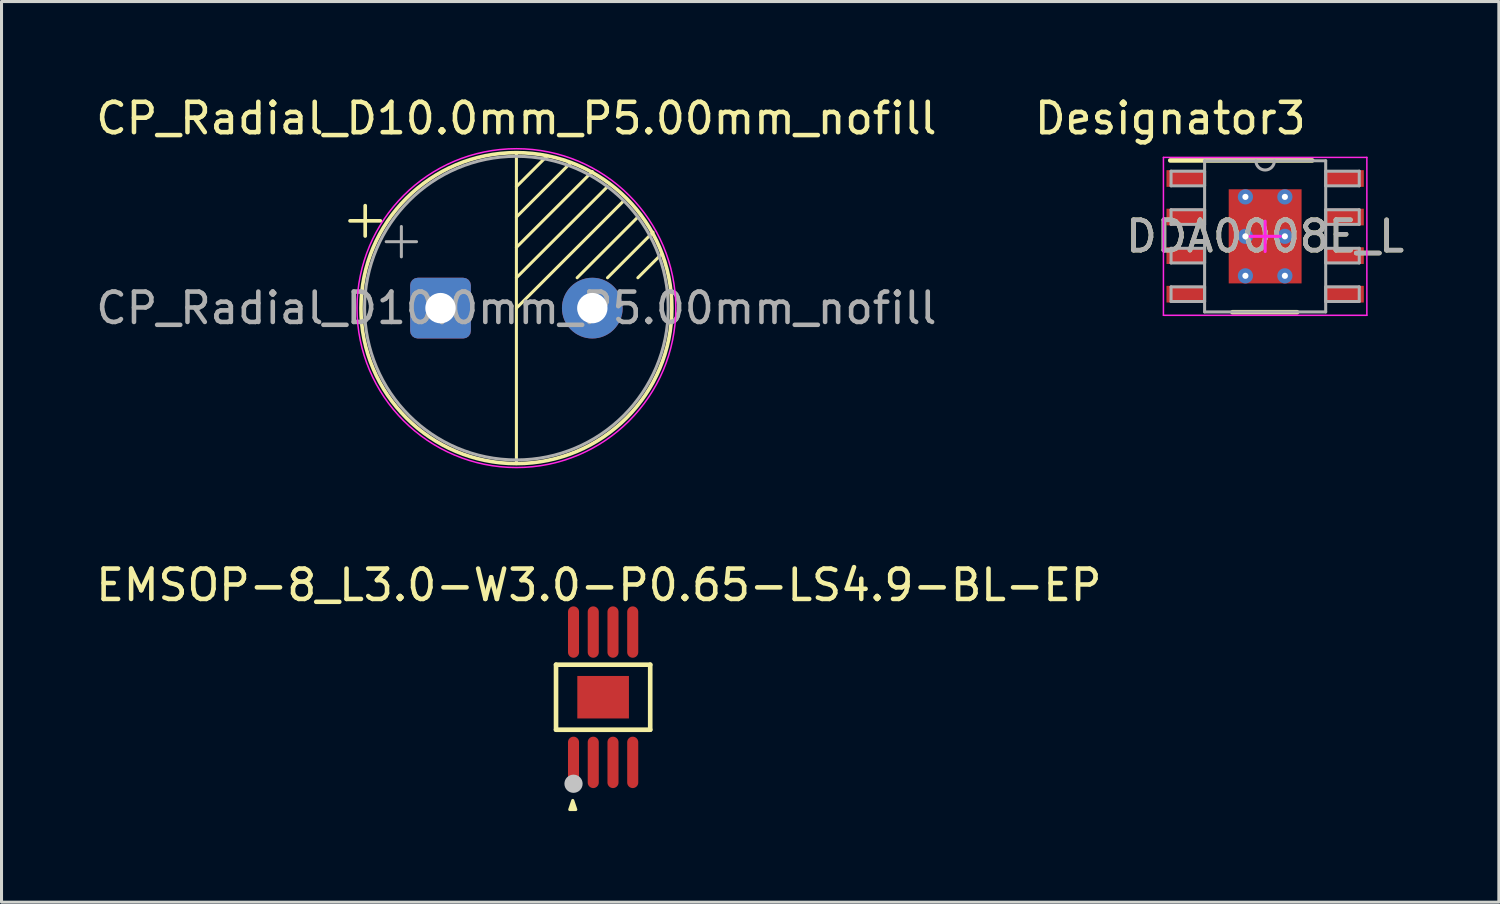
<source format=kicad_pcb>
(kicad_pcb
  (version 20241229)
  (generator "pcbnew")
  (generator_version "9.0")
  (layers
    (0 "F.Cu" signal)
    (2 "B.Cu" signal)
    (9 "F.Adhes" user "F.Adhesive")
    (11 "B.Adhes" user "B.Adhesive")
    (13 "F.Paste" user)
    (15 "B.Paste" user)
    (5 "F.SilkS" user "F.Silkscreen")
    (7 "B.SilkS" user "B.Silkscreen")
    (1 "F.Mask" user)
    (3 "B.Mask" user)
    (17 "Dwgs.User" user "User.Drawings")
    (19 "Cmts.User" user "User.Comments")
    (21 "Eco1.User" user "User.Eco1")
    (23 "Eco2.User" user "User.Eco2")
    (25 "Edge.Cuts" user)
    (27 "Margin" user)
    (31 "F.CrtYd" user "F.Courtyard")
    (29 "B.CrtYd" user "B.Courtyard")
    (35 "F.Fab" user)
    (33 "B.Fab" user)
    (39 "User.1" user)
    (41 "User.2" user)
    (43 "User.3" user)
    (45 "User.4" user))
  (footprint "EMSOP-8_L3.0-W3.0-P0.65-LS4.9-BL-EP"
    (layer "F.Cu")
    (at 16.814 19.913)
    (property "Reference" "EMSOP-8_L3.0-W3.0-P0.65-LS4.9-BL-EP" (at -0.141 -3.692 0) (layer "F.SilkS") (effects (font (size 1 1) (thickness 0.15))))
    (fp_line (start -1.551 -1.071) (end 1.551 -1.071) (stroke (width 0.152) (type default)) (layer "F.SilkS"))
    (fp_line (start -1.551 1.071) (end -1.551 -1.071) (stroke (width 0.152) (type default)) (layer "F.SilkS"))
    (fp_line (start 1.551 -1.071) (end 1.551 1.071) (stroke (width 0.152) (type default)) (layer "F.SilkS"))
    (fp_line (start 1.551 1.071) (end -1.551 1.071) (stroke (width 0.152) (type default)) (layer "F.SilkS"))
    (fp_poly (pts (xy -1 3.4) (xy -1.1 3.7) (xy -0.9 3.7)) (stroke (width 0.1) (type solid)) (fill yes) (layer "F.SilkS"))
    (fp_circle (center -0.975 2.85) (end -0.825 2.85) (stroke (width 0.3) (type default)) (fill no) (layer "Dwgs.User"))
    (fp_poly (pts (xy -1.125 -2.45) (xy -1.125 -1.85) (xy -0.825 -1.85) (xy -0.825 -2.45)) (stroke (width 0.1) (type default)) (fill no) (layer "User.1"))
    (fp_poly (pts (xy -1.125 -1.86) (xy -1.125 -1.49) (xy -0.825 -1.49) (xy -0.825 -1.86)) (stroke (width 0.1) (type default)) (fill no) (layer "User.1"))
    (fp_poly (pts (xy -1.125 1.86) (xy -1.125 1.49) (xy -0.825 1.49) (xy -0.825 1.86)) (stroke (width 0.1) (type default)) (fill no) (layer "User.1"))
    (fp_poly (pts (xy -1.125 2.45) (xy -1.125 1.85) (xy -0.825 1.85) (xy -0.825 2.45)) (stroke (width 0.1) (type default)) (fill no) (layer "User.1"))
    (fp_poly (pts (xy -0.85 0.7) (xy -0.85 -0.7) (xy 0.85 -0.7) (xy 0.85 0.7)) (stroke (width 0.1) (type default)) (fill no) (layer "User.1"))
    (fp_poly (pts (xy -0.475 -2.45) (xy -0.475 -1.85) (xy -0.175 -1.85) (xy -0.175 -2.45)) (stroke (width 0.1) (type default)) (fill no) (layer "User.1"))
    (fp_poly (pts (xy -0.475 -1.86) (xy -0.475 -1.49) (xy -0.175 -1.49) (xy -0.175 -1.86)) (stroke (width 0.1) (type default)) (fill no) (layer "User.1"))
    (fp_poly (pts (xy -0.475 1.86) (xy -0.475 1.49) (xy -0.175 1.49) (xy -0.175 1.86)) (stroke (width 0.1) (type default)) (fill no) (layer "User.1"))
    (fp_poly (pts (xy -0.475 2.45) (xy -0.475 1.85) (xy -0.175 1.85) (xy -0.175 2.45)) (stroke (width 0.1) (type default)) (fill no) (layer "User.1"))
    (fp_poly (pts (xy 0.175 -2.45) (xy 0.175 -1.85) (xy 0.475 -1.85) (xy 0.475 -2.45)) (stroke (width 0.1) (type default)) (fill no) (layer "User.1"))
    (fp_poly (pts (xy 0.175 -1.86) (xy 0.175 -1.49) (xy 0.475 -1.49) (xy 0.475 -1.86)) (stroke (width 0.1) (type default)) (fill no) (layer "User.1"))
    (fp_poly (pts (xy 0.175 1.86) (xy 0.175 1.49) (xy 0.475 1.49) (xy 0.475 1.86)) (stroke (width 0.1) (type default)) (fill no) (layer "User.1"))
    (fp_poly (pts (xy 0.175 2.45) (xy 0.175 1.85) (xy 0.475 1.85) (xy 0.475 2.45)) (stroke (width 0.1) (type default)) (fill no) (layer "User.1"))
    (fp_poly (pts (xy 0.825 -2.45) (xy 0.825 -1.85) (xy 1.125 -1.85) (xy 1.125 -2.45)) (stroke (width 0.1) (type default)) (fill no) (layer "User.1"))
    (fp_poly (pts (xy 0.825 -1.86) (xy 0.825 -1.49) (xy 1.125 -1.49) (xy 1.125 -1.86)) (stroke (width 0.1) (type default)) (fill no) (layer "User.1"))
    (fp_poly (pts (xy 0.825 1.86) (xy 0.825 1.49) (xy 1.125 1.49) (xy 1.125 1.86)) (stroke (width 0.1) (type default)) (fill no) (layer "User.1"))
    (fp_poly (pts (xy 0.825 2.45) (xy 0.825 1.85) (xy 1.125 1.85) (xy 1.125 2.45)) (stroke (width 0.1) (type default)) (fill no) (layer "User.1"))
    (fp_line (start -1.475 -1.5) (end 1.475 -1.5) (stroke (width 0.051) (type default)) (layer "User.2"))
    (fp_line (start -1.475 1.5) (end -1.475 -1.5) (stroke (width 0.051) (type default)) (layer "User.2"))
    (fp_line (start 1.475 -1.5) (end 1.475 1.5) (stroke (width 0.051) (type default)) (layer "User.2"))
    (fp_line (start 1.475 1.5) (end -1.475 1.5) (stroke (width 0.051) (type default)) (layer "User.2"))
    (fp_poly (pts (xy -1.42 2.427) (xy -1.452 2.395) (xy -1.498 2.395) (xy -1.53 2.427) (xy -1.53 2.473) (xy -1.498 2.505) (xy -1.452 2.505) (xy -1.42 2.473)) (stroke (width 0.1) (type default)) (fill no) (layer "User.3"))
    (pad "1" smd oval (at -0.975 2.146) (size 0.364 1.692) (layers "F.Cu" "F.Mask" "F.Paste"))
    (pad "2" smd oval (at -0.325 2.146) (size 0.364 1.692) (layers "F.Cu" "F.Mask" "F.Paste"))
    (pad "3" smd oval (at 0.325 2.146) (size 0.364 1.692) (layers "F.Cu" "F.Mask" "F.Paste"))
    (pad "4" smd oval (at 0.975 2.146) (size 0.364 1.692) (layers "F.Cu" "F.Mask" "F.Paste"))
    (pad "5" smd oval (at 0.975 -2.146) (size 0.364 1.692) (layers "F.Cu" "F.Mask" "F.Paste"))
    (pad "6" smd oval (at 0.325 -2.146) (size 0.364 1.692) (layers "F.Cu" "F.Mask" "F.Paste"))
    (pad "7" smd oval (at -0.325 -2.146) (size 0.364 1.692) (layers "F.Cu" "F.Mask" "F.Paste"))
    (pad "8" smd oval (at -0.975 -2.146) (size 0.364 1.692) (layers "F.Cu" "F.Mask" "F.Paste"))
    (pad "9" smd rect (at 0 0) (size 1.7 1.4) (layers "F.Cu" "F.Mask" "F.Paste")))
  (footprint "CP_Radial_D10.0mm_P5.00mm_nofill"
    (layer "F.Cu")
    (at 11.458 7.098)
    (property "Reference" "CP_Radial_D10.0mm_P5.00mm_nofill" (at 2.5 -6.25 0) (layer "F.SilkS") (effects (font (size 1 1) (thickness 0.15))))
    (attr through_hole)
    (fp_line (start -2.98 -2.875) (end -1.98 -2.875) (stroke (width 0.12) (type solid)) (layer "F.SilkS"))
    (fp_line (start -2.48 -3.375) (end -2.48 -2.375) (stroke (width 0.12) (type solid)) (layer "F.SilkS"))
    (fp_line (start 2.5 -4) (end 3.5 -5) (stroke (width 0.1) (type default)) (layer "F.SilkS"))
    (fp_line (start 2.5 -3) (end 4.25 -4.75) (stroke (width 0.1) (type default)) (layer "F.SilkS"))
    (fp_line (start 2.5 -2) (end 5 -4.5) (stroke (width 0.1) (type default)) (layer "F.SilkS"))
    (fp_line (start 2.5 -1) (end 5.5 -4) (stroke (width 0.1) (type default)) (layer "F.SilkS"))
    (fp_line (start 2.5 0) (end 6 -3.5) (stroke (width 0.1) (type default)) (layer "F.SilkS"))
    (fp_line (start 2.5 5.12) (end 2.5 -5.12) (stroke (width 0.1) (type default)) (layer "F.SilkS"))
    (fp_line (start 4.5 -1) (end 6.5 -3) (stroke (width 0.1) (type default)) (layer "F.SilkS"))
    (fp_line (start 5.5 -1) (end 7 -2.5) (stroke (width 0.1) (type default)) (layer "F.SilkS"))
    (fp_line (start 6.5 -1) (end 7.25 -1.75) (stroke (width 0.1) (type default)) (layer "F.SilkS"))
    (fp_circle (center 2.5 0) (end 7.62 0) (stroke (width 0.12) (type solid)) (fill no) (layer "F.SilkS"))
    (fp_circle (center 2.5 0) (end 7.75 0) (stroke (width 0.05) (type solid)) (fill no) (layer "F.CrtYd"))
    (fp_line (start -1.789 -2.188) (end -0.789 -2.188) (stroke (width 0.1) (type solid)) (layer "F.Fab"))
    (fp_line (start -1.289 -2.688) (end -1.289 -1.688) (stroke (width 0.1) (type solid)) (layer "F.Fab"))
    (fp_circle (center 2.5 0) (end 7.5 0) (stroke (width 0.1) (type solid)) (fill no) (layer "F.Fab"))
    (fp_text user "${REFERENCE}" (at 2.5 0 0) (layer "F.Fab") (effects (font (size 1 1) (thickness 0.15))))
    (pad "1" thru_hole roundrect (at 0 0) (size 2 2) (drill 1) (layers "*.Cu" "*.Mask") (roundrect_rratio 0.125))
    (pad "2" thru_hole circle (at 5 0) (size 2 2) (drill 1) (layers "*.Cu" "*.Mask")))
  (footprint "DDA0008E_L"
    (layer "F.Cu")
    (at 38.618 4.734)
    (property "Reference" "DDA0008E_L" (at 0 0 0) (unlocked yes) (layer "F.SilkS") (effects (font (size 1 1) (thickness 0.15))))
    (attr smd)
    (fp_line (start -3.125 -2.5) (end 1.55 -2.5) (stroke (width 0.152) (type solid)) (layer "F.SilkS"))
    (fp_line (start -1.075 2.5) (end 1.05 2.5) (stroke (width 0.152) (type solid)) (layer "F.SilkS"))
    (fp_line (start -3.35 -2.6) (end 3.35 -2.6) (stroke (width 0.05) (type solid)) (layer "F.CrtYd"))
    (fp_line (start -3.35 2.6) (end -3.35 -2.6) (stroke (width 0.05) (type solid)) (layer "F.CrtYd"))
    (fp_line (start -3.35 2.6) (end 3.35 2.6) (stroke (width 0.05) (type solid)) (layer "F.CrtYd"))
    (fp_line (start -0.5 0) (end 0.5 0) (stroke (width 0.1) (type solid)) (layer "F.CrtYd"))
    (fp_line (start 0 0.5) (end 0 -0.5) (stroke (width 0.1) (type solid)) (layer "F.CrtYd"))
    (fp_line (start 3.35 2.6) (end 3.35 -2.6) (stroke (width 0.05) (type solid)) (layer "F.CrtYd"))
    (fp_line (start -3.099 -2.146) (end -1.994 -2.146) (stroke (width 0.1) (type solid)) (layer "F.Fab"))
    (fp_line (start -3.099 -1.664) (end -3.099 -2.146) (stroke (width 0.1) (type solid)) (layer "F.Fab"))
    (fp_line (start -3.099 -1.664) (end -1.994 -1.664) (stroke (width 0.1) (type solid)) (layer "F.Fab"))
    (fp_line (start -3.099 -0.876) (end -1.994 -0.876) (stroke (width 0.1) (type solid)) (layer "F.Fab"))
    (fp_line (start -3.099 -0.394) (end -3.099 -0.876) (stroke (width 0.1) (type solid)) (layer "F.Fab"))
    (fp_line (start -3.099 -0.394) (end -1.994 -0.394) (stroke (width 0.1) (type solid)) (layer "F.Fab"))
    (fp_line (start -3.099 0.394) (end -1.994 0.394) (stroke (width 0.1) (type solid)) (layer "F.Fab"))
    (fp_line (start -3.099 0.876) (end -3.099 0.394) (stroke (width 0.1) (type solid)) (layer "F.Fab"))
    (fp_line (start -3.099 0.876) (end -1.994 0.876) (stroke (width 0.1) (type solid)) (layer "F.Fab"))
    (fp_line (start -3.099 1.664) (end -1.994 1.664) (stroke (width 0.1) (type solid)) (layer "F.Fab"))
    (fp_line (start -3.099 2.146) (end -3.099 1.664) (stroke (width 0.1) (type solid)) (layer "F.Fab"))
    (fp_line (start -3.099 2.146) (end -1.994 2.146) (stroke (width 0.1) (type solid)) (layer "F.Fab"))
    (fp_line (start -1.994 -2.489) (end 1.994 -2.489) (stroke (width 0.1) (type solid)) (layer "F.Fab"))
    (fp_line (start -1.994 -1.664) (end -1.994 -2.146) (stroke (width 0.1) (type solid)) (layer "F.Fab"))
    (fp_line (start -1.994 -0.394) (end -1.994 -0.876) (stroke (width 0.1) (type solid)) (layer "F.Fab"))
    (fp_line (start -1.994 0.876) (end -1.994 0.394) (stroke (width 0.1) (type solid)) (layer "F.Fab"))
    (fp_line (start -1.994 2.146) (end -1.994 1.664) (stroke (width 0.1) (type solid)) (layer "F.Fab"))
    (fp_line (start -1.994 2.489) (end -1.994 -2.489) (stroke (width 0.1) (type solid)) (layer "F.Fab"))
    (fp_line (start -1.994 2.489) (end 1.994 2.489) (stroke (width 0.1) (type solid)) (layer "F.Fab"))
    (fp_line (start 1.994 -2.146) (end 3.099 -2.146) (stroke (width 0.1) (type solid)) (layer "F.Fab"))
    (fp_line (start 1.994 -1.664) (end 1.994 -2.146) (stroke (width 0.1) (type solid)) (layer "F.Fab"))
    (fp_line (start 1.994 -1.664) (end 3.099 -1.664) (stroke (width 0.1) (type solid)) (layer "F.Fab"))
    (fp_line (start 1.994 -0.876) (end 3.099 -0.876) (stroke (width 0.1) (type solid)) (layer "F.Fab"))
    (fp_line (start 1.994 -0.394) (end 1.994 -0.876) (stroke (width 0.1) (type solid)) (layer "F.Fab"))
    (fp_line (start 1.994 -0.394) (end 3.099 -0.394) (stroke (width 0.1) (type solid)) (layer "F.Fab"))
    (fp_line (start 1.994 0.394) (end 3.099 0.394) (stroke (width 0.1) (type solid)) (layer "F.Fab"))
    (fp_line (start 1.994 0.876) (end 1.994 0.394) (stroke (width 0.1) (type solid)) (layer "F.Fab"))
    (fp_line (start 1.994 0.876) (end 3.099 0.876) (stroke (width 0.1) (type solid)) (layer "F.Fab"))
    (fp_line (start 1.994 1.664) (end 3.099 1.664) (stroke (width 0.1) (type solid)) (layer "F.Fab"))
    (fp_line (start 1.994 2.146) (end 1.994 1.664) (stroke (width 0.1) (type solid)) (layer "F.Fab"))
    (fp_line (start 1.994 2.146) (end 3.099 2.146) (stroke (width 0.1) (type solid)) (layer "F.Fab"))
    (fp_line (start 1.994 2.489) (end 1.994 -2.489) (stroke (width 0.1) (type solid)) (layer "F.Fab"))
    (fp_line (start 3.099 -1.664) (end 3.099 -2.146) (stroke (width 0.1) (type solid)) (layer "F.Fab"))
    (fp_line (start 3.099 -0.394) (end 3.099 -0.876) (stroke (width 0.1) (type solid)) (layer "F.Fab"))
    (fp_line (start 3.099 0.876) (end 3.099 0.394) (stroke (width 0.1) (type solid)) (layer "F.Fab"))
    (fp_line (start 3.099 2.146) (end 3.099 1.664) (stroke (width 0.1) (type solid)) (layer "F.Fab"))
    (fp_arc (start 0.3048 -2.4892) (mid 0 -2.1844) (end -0.3048 -2.4892) (stroke (width 0.1) (type solid)) (layer "F.Fab"))
    (fp_text user "Designator3" (at -3.124 -3.886 0) (unlocked yes) (layer "F.SilkS") (effects (font (size 1 1) (thickness 0.15))))
    (fp_text user "${REFERENCE}" (at 0 0 0) (unlocked yes) (layer "F.Fab") (effects (font (size 1 1) (thickness 0.15))))
    (pad "1" smd rect (at -2.625 -1.905 90) (size 0.55 1.25) (layers "F.Cu" "F.Mask" "F.Paste"))
    (pad "2" smd rect (at -2.625 -0.635 90) (size 0.55 1.25) (layers "F.Cu" "F.Mask" "F.Paste"))
    (pad "3" smd rect (at -2.625 0.635 90) (size 0.55 1.25) (layers "F.Cu" "F.Mask" "F.Paste"))
    (pad "4" smd rect (at -2.625 1.905 90) (size 0.55 1.25) (layers "F.Cu" "F.Mask" "F.Paste"))
    (pad "5" smd rect (at 2.625 1.905 90) (size 0.55 1.25) (layers "F.Cu" "F.Mask" "F.Paste"))
    (pad "6" smd rect (at 2.625 0.635 90) (size 0.55 1.25) (layers "F.Cu" "F.Mask" "F.Paste"))
    (pad "7" smd rect (at 2.625 -0.635 90) (size 0.55 1.25) (layers "F.Cu" "F.Mask" "F.Paste"))
    (pad "8" smd rect (at 2.625 -1.905 90) (size 0.55 1.25) (layers "F.Cu" "F.Mask" "F.Paste"))
    (pad "9" smd rect (at 0 0) (size 2.4 3.1) (layers "F.Cu" "F.Mask" "F.Paste"))
    (pad "V" thru_hole circle (at -0.65 -1.3) (size 0.5 0.5) (drill 0.203) (layers "*.Cu" "*.Mask"))
    (pad "V" thru_hole circle (at -0.65 0) (size 0.5 0.5) (drill 0.203) (layers "*.Cu" "*.Mask"))
    (pad "V" thru_hole circle (at -0.65 1.3) (size 0.5 0.5) (drill 0.203) (layers "*.Cu" "*.Mask"))
    (pad "V" thru_hole circle (at 0.65 -1.3) (size 0.5 0.5) (drill 0.203) (layers "*.Cu" "*.Mask"))
    (pad "V" thru_hole circle (at 0.65 0) (size 0.5 0.5) (drill 0.203) (layers "*.Cu" "*.Mask"))
    (pad "V" thru_hole circle (at 0.65 1.3) (size 0.5 0.5) (drill 0.203) (layers "*.Cu" "*.Mask")))
  (gr_rect
    (start -3 -3)
    (end 46.315 26.663)
    (stroke (width 0.1) (type default))
    (fill no)
    (layer "Edge.Cuts")))
</source>
